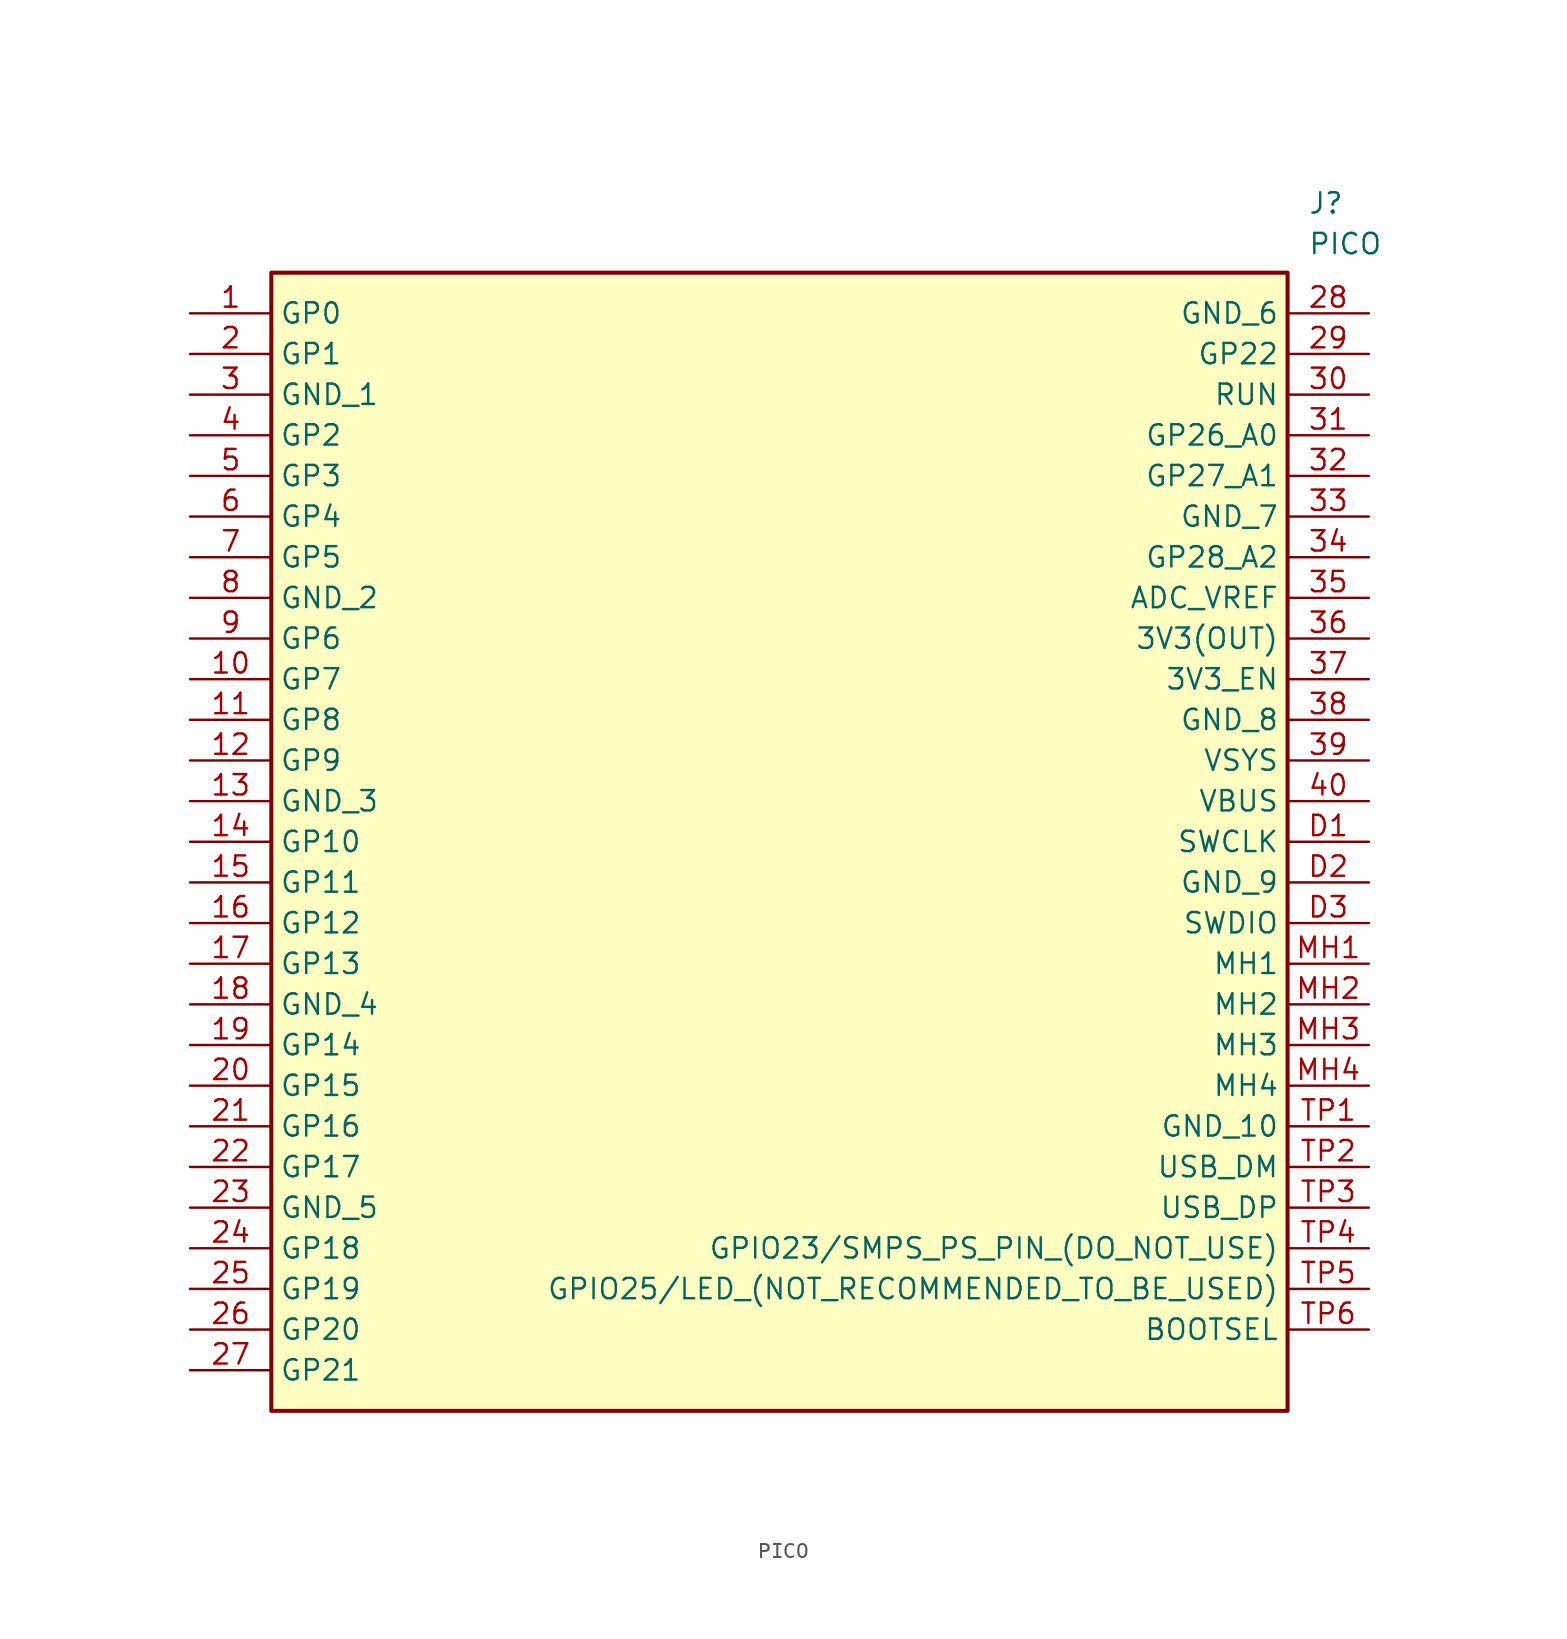
<source format=kicad_sym>
(kicad_symbol_lib
  (version 20211014)
  (generator SamacSys_ECAD_Model)
  (symbol "PICO"
    (property "Reference" "J"
      (at 69.85 7.62 0)
      (effects (font (size 1.27 1.27)) (justify left top)))
    (property "Value" "PICO"
      (at 69.85 5.08 0)
      (effects (font (size 1.27 1.27)) (justify left top)))
    (rectangle
      (start 5.08 2.54)
      (end 68.58 -68.58)
      (stroke (width 0.254) (type default))
      (fill (type background)))
    (pin passive line
      (at 0 0 0)
      (length 5.08)
      (name "GP0" (effects (font (size 1.27 1.27))))
      (number "1" (effects (font (size 1.27 1.27)))))
    (pin passive line
      (at 0 -2.54 0)
      (length 5.08)
      (name "GP1" (effects (font (size 1.27 1.27))))
      (number "2" (effects (font (size 1.27 1.27)))))
    (pin passive line
      (at 0 -5.08 0)
      (length 5.08)
      (name "GND_1" (effects (font (size 1.27 1.27))))
      (number "3" (effects (font (size 1.27 1.27)))))
    (pin passive line
      (at 0 -7.62 0)
      (length 5.08)
      (name "GP2" (effects (font (size 1.27 1.27))))
      (number "4" (effects (font (size 1.27 1.27)))))
    (pin passive line
      (at 0 -10.16 0)
      (length 5.08)
      (name "GP3" (effects (font (size 1.27 1.27))))
      (number "5" (effects (font (size 1.27 1.27)))))
    (pin passive line
      (at 0 -12.7 0)
      (length 5.08)
      (name "GP4" (effects (font (size 1.27 1.27))))
      (number "6" (effects (font (size 1.27 1.27)))))
    (pin passive line
      (at 0 -15.24 0)
      (length 5.08)
      (name "GP5" (effects (font (size 1.27 1.27))))
      (number "7" (effects (font (size 1.27 1.27)))))
    (pin passive line
      (at 0 -17.78 0)
      (length 5.08)
      (name "GND_2" (effects (font (size 1.27 1.27))))
      (number "8" (effects (font (size 1.27 1.27)))))
    (pin passive line
      (at 0 -20.32 0)
      (length 5.08)
      (name "GP6" (effects (font (size 1.27 1.27))))
      (number "9" (effects (font (size 1.27 1.27)))))
    (pin passive line
      (at 0 -22.86 0)
      (length 5.08)
      (name "GP7" (effects (font (size 1.27 1.27))))
      (number "10" (effects (font (size 1.27 1.27)))))
    (pin passive line
      (at 0 -25.4 0)
      (length 5.08)
      (name "GP8" (effects (font (size 1.27 1.27))))
      (number "11" (effects (font (size 1.27 1.27)))))
    (pin passive line
      (at 0 -27.94 0)
      (length 5.08)
      (name "GP9" (effects (font (size 1.27 1.27))))
      (number "12" (effects (font (size 1.27 1.27)))))
    (pin passive line
      (at 0 -30.48 0)
      (length 5.08)
      (name "GND_3" (effects (font (size 1.27 1.27))))
      (number "13" (effects (font (size 1.27 1.27)))))
    (pin passive line
      (at 0 -33.02 0)
      (length 5.08)
      (name "GP10" (effects (font (size 1.27 1.27))))
      (number "14" (effects (font (size 1.27 1.27)))))
    (pin passive line
      (at 0 -35.56 0)
      (length 5.08)
      (name "GP11" (effects (font (size 1.27 1.27))))
      (number "15" (effects (font (size 1.27 1.27)))))
    (pin passive line
      (at 0 -38.1 0)
      (length 5.08)
      (name "GP12" (effects (font (size 1.27 1.27))))
      (number "16" (effects (font (size 1.27 1.27)))))
    (pin passive line
      (at 0 -40.64 0)
      (length 5.08)
      (name "GP13" (effects (font (size 1.27 1.27))))
      (number "17" (effects (font (size 1.27 1.27)))))
    (pin passive line
      (at 0 -43.18 0)
      (length 5.08)
      (name "GND_4" (effects (font (size 1.27 1.27))))
      (number "18" (effects (font (size 1.27 1.27)))))
    (pin passive line
      (at 0 -45.72 0)
      (length 5.08)
      (name "GP14" (effects (font (size 1.27 1.27))))
      (number "19" (effects (font (size 1.27 1.27)))))
    (pin passive line
      (at 0 -48.26 0)
      (length 5.08)
      (name "GP15" (effects (font (size 1.27 1.27))))
      (number "20" (effects (font (size 1.27 1.27)))))
    (pin passive line
      (at 0 -50.8 0)
      (length 5.08)
      (name "GP16" (effects (font (size 1.27 1.27))))
      (number "21" (effects (font (size 1.27 1.27)))))
    (pin passive line
      (at 0 -53.34 0)
      (length 5.08)
      (name "GP17" (effects (font (size 1.27 1.27))))
      (number "22" (effects (font (size 1.27 1.27)))))
    (pin passive line
      (at 0 -55.88 0)
      (length 5.08)
      (name "GND_5" (effects (font (size 1.27 1.27))))
      (number "23" (effects (font (size 1.27 1.27)))))
    (pin passive line
      (at 0 -58.42 0)
      (length 5.08)
      (name "GP18" (effects (font (size 1.27 1.27))))
      (number "24" (effects (font (size 1.27 1.27)))))
    (pin passive line
      (at 0 -60.96 0)
      (length 5.08)
      (name "GP19" (effects (font (size 1.27 1.27))))
      (number "25" (effects (font (size 1.27 1.27)))))
    (pin passive line
      (at 0 -63.5 0)
      (length 5.08)
      (name "GP20" (effects (font (size 1.27 1.27))))
      (number "26" (effects (font (size 1.27 1.27)))))
    (pin passive line
      (at 0 -66.04 0)
      (length 5.08)
      (name "GP21" (effects (font (size 1.27 1.27))))
      (number "27" (effects (font (size 1.27 1.27)))))
    (pin passive line
      (at 73.66 0 180)
      (length 5.08)
      (name "GND_6" (effects (font (size 1.27 1.27))))
      (number "28" (effects (font (size 1.27 1.27)))))
    (pin passive line
      (at 73.66 -2.54 180)
      (length 5.08)
      (name "GP22" (effects (font (size 1.27 1.27))))
      (number "29" (effects (font (size 1.27 1.27)))))
    (pin passive line
      (at 73.66 -5.08 180)
      (length 5.08)
      (name "RUN" (effects (font (size 1.27 1.27))))
      (number "30" (effects (font (size 1.27 1.27)))))
    (pin passive line
      (at 73.66 -7.62 180)
      (length 5.08)
      (name "GP26_A0" (effects (font (size 1.27 1.27))))
      (number "31" (effects (font (size 1.27 1.27)))))
    (pin passive line
      (at 73.66 -10.16 180)
      (length 5.08)
      (name "GP27_A1" (effects (font (size 1.27 1.27))))
      (number "32" (effects (font (size 1.27 1.27)))))
    (pin passive line
      (at 73.66 -12.7 180)
      (length 5.08)
      (name "GND_7" (effects (font (size 1.27 1.27))))
      (number "33" (effects (font (size 1.27 1.27)))))
    (pin passive line
      (at 73.66 -15.24 180)
      (length 5.08)
      (name "GP28_A2" (effects (font (size 1.27 1.27))))
      (number "34" (effects (font (size 1.27 1.27)))))
    (pin passive line
      (at 73.66 -17.78 180)
      (length 5.08)
      (name "ADC_VREF" (effects (font (size 1.27 1.27))))
      (number "35" (effects (font (size 1.27 1.27)))))
    (pin passive line
      (at 73.66 -20.32 180)
      (length 5.08)
      (name "3V3(OUT)" (effects (font (size 1.27 1.27))))
      (number "36" (effects (font (size 1.27 1.27)))))
    (pin passive line
      (at 73.66 -22.86 180)
      (length 5.08)
      (name "3V3_EN" (effects (font (size 1.27 1.27))))
      (number "37" (effects (font (size 1.27 1.27)))))
    (pin passive line
      (at 73.66 -25.4 180)
      (length 5.08)
      (name "GND_8" (effects (font (size 1.27 1.27))))
      (number "38" (effects (font (size 1.27 1.27)))))
    (pin passive line
      (at 73.66 -27.94 180)
      (length 5.08)
      (name "VSYS" (effects (font (size 1.27 1.27))))
      (number "39" (effects (font (size 1.27 1.27)))))
    (pin passive line
      (at 73.66 -30.48 180)
      (length 5.08)
      (name "VBUS" (effects (font (size 1.27 1.27))))
      (number "40" (effects (font (size 1.27 1.27)))))
    (pin passive line
      (at 73.66 -33.02 180)
      (length 5.08)
      (name "SWCLK" (effects (font (size 1.27 1.27))))
      (number "D1" (effects (font (size 1.27 1.27)))))
    (pin passive line
      (at 73.66 -35.56 180)
      (length 5.08)
      (name "GND_9" (effects (font (size 1.27 1.27))))
      (number "D2" (effects (font (size 1.27 1.27)))))
    (pin passive line
      (at 73.66 -38.1 180)
      (length 5.08)
      (name "SWDIO" (effects (font (size 1.27 1.27))))
      (number "D3" (effects (font (size 1.27 1.27)))))
    (pin passive line
      (at 73.66 -40.64 180)
      (length 5.08)
      (name "MH1" (effects (font (size 1.27 1.27))))
      (number "MH1" (effects (font (size 1.27 1.27)))))
    (pin passive line
      (at 73.66 -43.18 180)
      (length 5.08)
      (name "MH2" (effects (font (size 1.27 1.27))))
      (number "MH2" (effects (font (size 1.27 1.27)))))
    (pin passive line
      (at 73.66 -45.72 180)
      (length 5.08)
      (name "MH3" (effects (font (size 1.27 1.27))))
      (number "MH3" (effects (font (size 1.27 1.27)))))
    (pin passive line
      (at 73.66 -48.26 180)
      (length 5.08)
      (name "MH4" (effects (font (size 1.27 1.27))))
      (number "MH4" (effects (font (size 1.27 1.27)))))
    (pin passive line
      (at 73.66 -50.8 180)
      (length 5.08)
      (name "GND_10" (effects (font (size 1.27 1.27))))
      (number "TP1" (effects (font (size 1.27 1.27)))))
    (pin passive line
      (at 73.66 -53.34 180)
      (length 5.08)
      (name "USB_DM" (effects (font (size 1.27 1.27))))
      (number "TP2" (effects (font (size 1.27 1.27)))))
    (pin passive line
      (at 73.66 -55.88 180)
      (length 5.08)
      (name "USB_DP" (effects (font (size 1.27 1.27))))
      (number "TP3" (effects (font (size 1.27 1.27)))))
    (pin passive line
      (at 73.66 -58.42 180)
      (length 5.08)
      (name "GPIO23/SMPS_PS_PIN_(DO_NOT_USE)" (effects (font (size 1.27 1.27))))
      (number "TP4" (effects (font (size 1.27 1.27)))))
    (pin passive line
      (at 73.66 -60.96 180)
      (length 5.08)
      (name "GPIO25/LED_(NOT_RECOMMENDED_TO_BE_USED)" (effects (font (size 1.27 1.27))))
      (number "TP5" (effects (font (size 1.27 1.27)))))
    (pin passive line
      (at 73.66 -63.5 180)
      (length 5.08)
      (name "BOOTSEL" (effects (font (size 1.27 1.27))))
      (number "TP6" (effects (font (size 1.27 1.27)))))))
</source>
